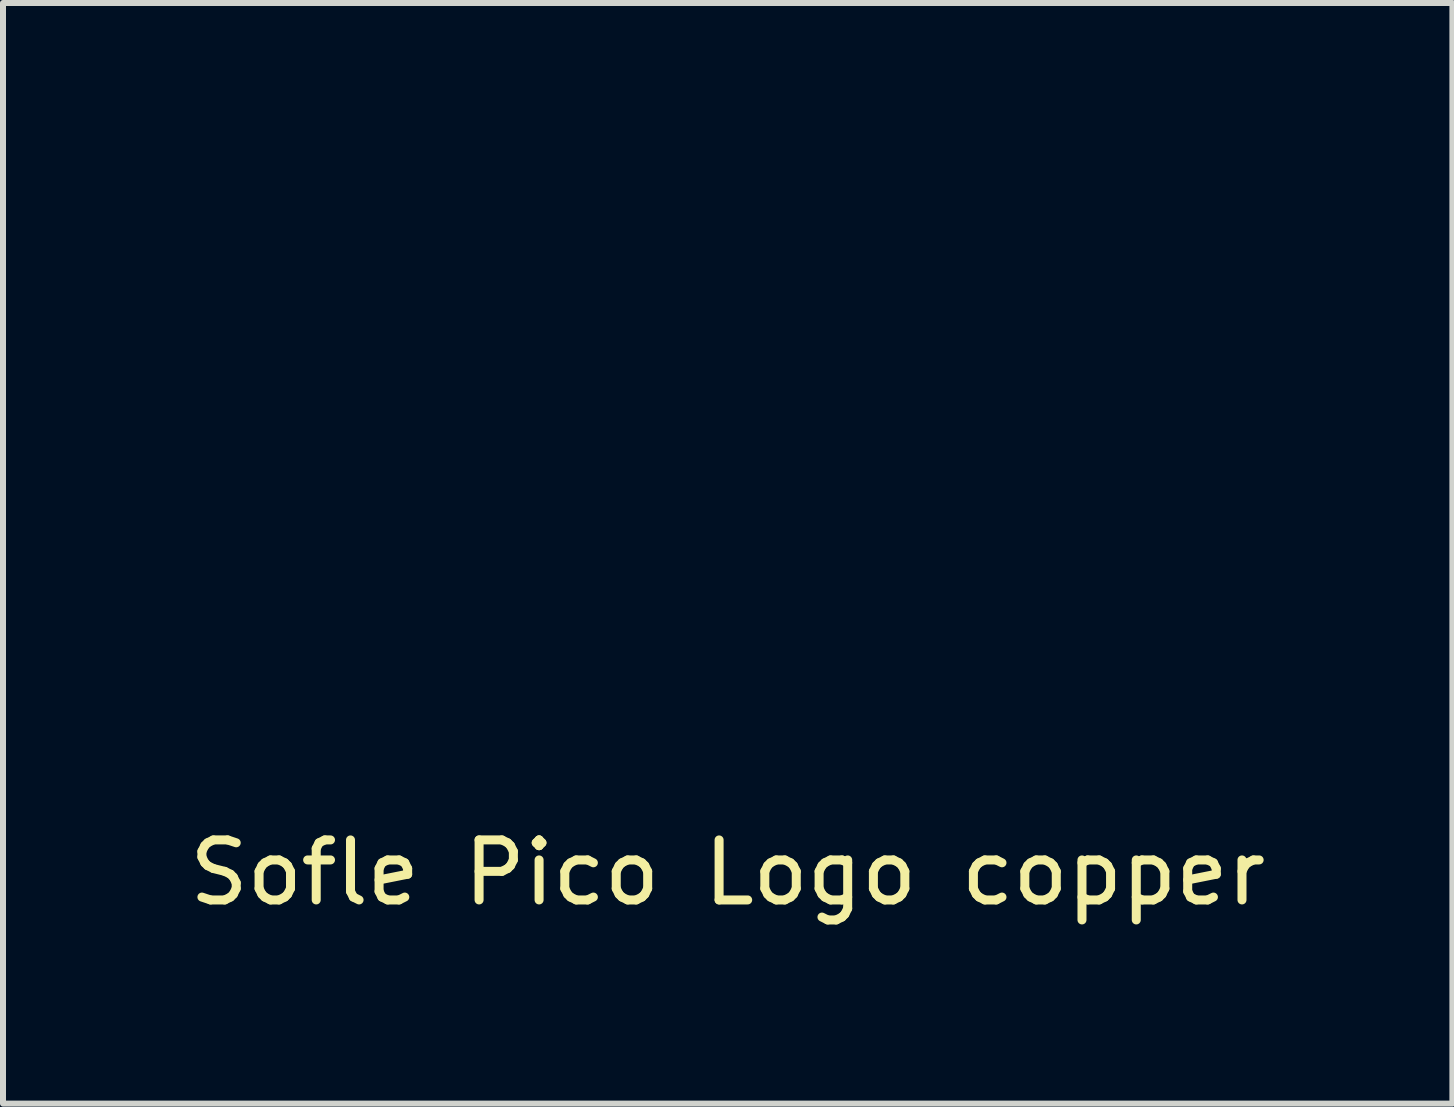
<source format=kicad_pcb>
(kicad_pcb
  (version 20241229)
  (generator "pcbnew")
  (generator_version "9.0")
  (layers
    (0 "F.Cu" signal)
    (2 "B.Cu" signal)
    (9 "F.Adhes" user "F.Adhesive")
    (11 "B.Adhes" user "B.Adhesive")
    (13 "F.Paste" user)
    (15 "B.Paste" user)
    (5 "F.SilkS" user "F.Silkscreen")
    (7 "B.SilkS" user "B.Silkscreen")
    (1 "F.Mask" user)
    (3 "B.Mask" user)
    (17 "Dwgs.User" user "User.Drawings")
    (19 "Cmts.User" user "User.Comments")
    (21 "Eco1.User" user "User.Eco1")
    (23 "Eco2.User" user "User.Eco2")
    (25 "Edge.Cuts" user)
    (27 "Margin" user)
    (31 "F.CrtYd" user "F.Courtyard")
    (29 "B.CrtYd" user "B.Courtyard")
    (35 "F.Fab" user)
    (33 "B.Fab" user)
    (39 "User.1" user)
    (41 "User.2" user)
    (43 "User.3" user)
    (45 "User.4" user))
  (footprint "Sofle Pico Logo copper"
    (layer "F.Cu")
    (at 9.007 4.533)
    (property "Reference" "Sofle Pico Logo copper" (at 0.07 6.96 0) (unlocked yes) (layer "F.SilkS") (effects (font (size 1 1) (thickness 0.15))))
    (fp_poly (pts (xy -3.387 -4.521) (xy -3.347 -4.52) (xy -3.307 -4.517) (xy -3.267 -4.514) (xy -3.228 -4.509) (xy -3.188 -4.504) (xy -3.148 -4.497) (xy -3.108 -4.49) (xy -3.069 -4.481) (xy -3.03 -4.472) (xy -2.991 -4.461) (xy -2.952 -4.449) (xy -2.914 -4.437) (xy -2.876 -4.423) (xy -2.839 -4.408) (xy -2.758 -4.411) (xy -2.676 -4.409) (xy -2.594 -4.401) (xy -2.512 -4.387) (xy -2.43 -4.368) (xy -2.348 -4.344) (xy -2.267 -4.315) (xy -2.188 -4.28) (xy -2.109 -4.241) (xy -2.032 -4.197) (xy -1.957 -4.148) (xy -1.885 -4.095) (xy -1.814 -4.038) (xy -1.747 -3.976) (xy -1.682 -3.91) (xy -1.621 -3.84) (xy -1.564 -3.766) (xy -1.51 -3.689) (xy -1.461 -3.608) (xy -1.416 -3.523) (xy -1.376 -3.435) (xy -1.341 -3.344) (xy -1.312 -3.25) (xy -1.288 -3.153) (xy -1.27 -3.053) (xy -1.259 -2.95) (xy -1.254 -2.845) (xy -1.255 -2.737) (xy -1.264 -2.627) (xy -1.281 -2.515) (xy -1.305 -2.4) (xy -1.337 -2.284) (xy -1.355 -2.238) (xy -1.375 -2.194) (xy -1.398 -2.15) (xy -1.422 -2.107) (xy -1.448 -2.066) (xy -1.476 -2.026) (xy -1.506 -1.987) (xy -1.538 -1.95) (xy -1.571 -1.914) (xy -1.606 -1.879) (xy -1.642 -1.846) (xy -1.68 -1.814) (xy -1.719 -1.784) (xy -1.759 -1.756) (xy -1.8 -1.729) (xy -1.842 -1.704) (xy -1.891 -1.63) (xy -1.94 -1.558) (xy -1.992 -1.49) (xy -2.044 -1.424) (xy -2.098 -1.36) (xy -2.155 -1.299) (xy -2.213 -1.241) (xy -2.275 -1.185) (xy -2.339 -1.131) (xy -2.405 -1.079) (xy -2.476 -1.03) (xy -2.55 -0.982) (xy -2.627 -0.937) (xy -2.709 -0.893) (xy -2.795 -0.851) (xy -2.885 -0.811) (xy -2.963 -0.791) (xy -3.053 -0.774) (xy -3.153 -0.762) (xy -3.261 -0.756) (xy -3.375 -0.754) (xy -3.494 -0.759) (xy -3.615 -0.771) (xy -3.736 -0.789) (xy -3.855 -0.815) (xy -3.97 -0.848) (xy -4.026 -0.869) (xy -4.08 -0.891) (xy -4.133 -0.915) (xy -4.183 -0.942) (xy -4.23 -0.971) (xy -4.275 -1.002) (xy -4.317 -1.036) (xy -4.356 -1.072) (xy -4.392 -1.111) (xy -4.424 -1.153) (xy -4.452 -1.197) (xy -4.476 -1.244) (xy -4.551 -1.273) (xy -4.597 -1.291) (xy -4.648 -1.314) (xy -4.702 -1.341) (xy -4.759 -1.374) (xy -4.818 -1.411) (xy -4.878 -1.455) (xy -4.937 -1.505) (xy -4.996 -1.562) (xy -5.025 -1.594) (xy -5.053 -1.627) (xy -5.081 -1.662) (xy -5.108 -1.7) (xy -5.133 -1.739) (xy -5.158 -1.781) (xy -5.182 -1.825) (xy -5.204 -1.872) (xy -5.225 -1.921) (xy -5.245 -1.972) (xy -5.263 -2.026) (xy -5.28 -2.083) (xy -5.316 -2.118) (xy -5.351 -2.157) (xy -5.384 -2.198) (xy -5.414 -2.242) (xy -5.442 -2.287) (xy -5.467 -2.335) (xy -5.491 -2.383) (xy -5.511 -2.433) (xy -5.53 -2.484) (xy -5.545 -2.536) (xy -5.559 -2.587) (xy -5.57 -2.639) (xy -5.578 -2.69) (xy -5.584 -2.74) (xy -5.587 -2.79) (xy -5.587 -2.838) (xy -5.607 -2.866) (xy -5.626 -2.895) (xy -5.644 -2.926) (xy -5.661 -2.957) (xy -5.677 -2.989) (xy -5.692 -3.023) (xy -5.706 -3.056) (xy -5.719 -3.091) (xy -5.744 -3.16) (xy -5.766 -3.23) (xy -5.786 -3.3) (xy -5.804 -3.367) (xy -5.812 -3.406) (xy -5.82 -3.445) (xy -5.827 -3.484) (xy -5.833 -3.524) (xy -5.838 -3.563) (xy -5.839 -3.583) (xy -5.841 -3.603) (xy -5.842 -3.623) (xy -5.842 -3.636) (xy -5.378 -3.636) (xy -5.372 -3.575) (xy -5.363 -3.516) (xy -5.35 -3.46) (xy -5.333 -3.406) (xy -5.313 -3.355) (xy -5.29 -3.307) (xy -5.266 -3.261) (xy -5.239 -3.218) (xy -5.211 -3.177) (xy -5.182 -3.138) (xy -5.122 -3.067) (xy -5.063 -3.005) (xy -5.008 -2.951) (xy -4.96 -2.904) (xy -4.921 -2.865) (xy -4.907 -2.847) (xy -4.897 -2.832) (xy -4.89 -2.818) (xy -4.888 -2.805) (xy -4.892 -2.794) (xy -4.9 -2.784) (xy -4.914 -2.775) (xy -4.934 -2.768) (xy -4.961 -2.762) (xy -4.995 -2.757) (xy -5.085 -2.75) (xy -5.077 -2.696) (xy -5.063 -2.644) (xy -5.046 -2.595) (xy -5.024 -2.549) (xy -4.999 -2.505) (xy -4.971 -2.463) (xy -4.94 -2.424) (xy -4.907 -2.387) (xy -4.873 -2.352) (xy -4.838 -2.32) (xy -4.766 -2.261) (xy -4.695 -2.21) (xy -4.63 -2.167) (xy -4.531 -2.102) (xy -4.515 -2.089) (xy -4.505 -2.079) (xy -4.5 -2.07) (xy -4.5 -2.062) (xy -4.506 -2.055) (xy -4.52 -2.05) (xy -4.54 -2.047) (xy -4.568 -2.044) (xy -4.649 -2.042) (xy -4.766 -2.045) (xy -4.746 -2.007) (xy -4.721 -1.971) (xy -4.691 -1.937) (xy -4.657 -1.905) (xy -4.618 -1.875) (xy -4.577 -1.846) (xy -4.533 -1.82) (xy -4.486 -1.795) (xy -4.389 -1.749) (xy -4.289 -1.708) (xy -4.098 -1.638) (xy -4.016 -1.607) (xy -3.947 -1.578) (xy -3.919 -1.564) (xy -3.897 -1.55) (xy -3.88 -1.536) (xy -3.869 -1.522) (xy -3.865 -1.508) (xy -3.868 -1.493) (xy -3.878 -1.478) (xy -3.897 -1.462) (xy -3.925 -1.446) (xy -3.962 -1.43) (xy -4.009 -1.412) (xy -4.066 -1.393) (xy -3.978 -1.348) (xy -3.884 -1.306) (xy -3.785 -1.268) (xy -3.68 -1.237) (xy -3.57 -1.214) (xy -3.457 -1.201) (xy -3.399 -1.198) (xy -3.34 -1.198) (xy -3.281 -1.201) (xy -3.222 -1.207) (xy -3.162 -1.217) (xy -3.101 -1.23) (xy -3.041 -1.248) (xy -2.98 -1.269) (xy -2.919 -1.294) (xy -2.858 -1.323) (xy -2.797 -1.357) (xy -2.736 -1.396) (xy -2.676 -1.44) (xy -2.616 -1.489) (xy -2.557 -1.543) (xy -2.498 -1.602) (xy -2.439 -1.667) (xy -2.382 -1.738) (xy -2.325 -1.814) (xy -2.269 -1.897) (xy -2.337 -1.97) (xy -2.412 -2.044) (xy -2.495 -2.119) (xy -2.585 -2.196) (xy -2.682 -2.275) (xy -2.788 -2.356) (xy -3.024 -2.524) (xy -3.296 -2.699) (xy -3.604 -2.883) (xy -3.951 -3.076) (xy -4.338 -3.279) (xy -4.18 -3.225) (xy -4.024 -3.169) (xy -3.87 -3.11) (xy -3.718 -3.049) (xy -3.569 -2.985) (xy -3.422 -2.918) (xy -3.277 -2.849) (xy -3.134 -2.778) (xy -2.994 -2.703) (xy -2.857 -2.626) (xy -2.722 -2.545) (xy -2.59 -2.462) (xy -2.461 -2.375) (xy -2.334 -2.285) (xy -2.211 -2.193) (xy -2.09 -2.096) (xy -2.025 -2.134) (xy -1.967 -2.176) (xy -1.915 -2.223) (xy -1.87 -2.273) (xy -1.831 -2.327) (xy -1.798 -2.384) (xy -1.771 -2.444) (xy -1.75 -2.506) (xy -1.735 -2.57) (xy -1.725 -2.636) (xy -1.72 -2.704) (xy -1.721 -2.773) (xy -1.728 -2.843) (xy -1.739 -2.913) (xy -1.755 -2.983) (xy -1.776 -3.054) (xy -1.802 -3.123) (xy -1.832 -3.193) (xy -1.867 -3.26) (xy -1.905 -3.327) (xy -1.949 -3.392) (xy -1.996 -3.454) (xy -2.046 -3.515) (xy -2.101 -3.572) (xy -2.159 -3.627) (xy -2.221 -3.678) (xy -2.286 -3.725) (xy -2.355 -3.768) (xy -2.426 -3.807) (xy -2.5 -3.842) (xy -2.578 -3.871) (xy -2.658 -3.894) (xy -2.654 -3.851) (xy -2.652 -3.814) (xy -2.653 -3.784) (xy -2.657 -3.759) (xy -2.663 -3.741) (xy -2.672 -3.728) (xy -2.682 -3.72) (xy -2.695 -3.717) (xy -2.71 -3.718) (xy -2.727 -3.723) (xy -2.746 -3.732) (xy -2.766 -3.744) (xy -2.812 -3.776) (xy -2.864 -3.816) (xy -2.984 -3.912) (xy -3.05 -3.961) (xy -3.119 -4.007) (xy -3.154 -4.028) (xy -3.191 -4.047) (xy -3.227 -4.064) (xy -3.264 -4.078) (xy -3.301 -4.089) (xy -3.339 -4.097) (xy -3.376 -4.102) (xy -3.414 -4.102) (xy -3.424 -4.102) (xy -3.434 -4.101) (xy -3.444 -4.099) (xy -3.454 -4.098) (xy -3.464 -4.096) (xy -3.474 -4.093) (xy -3.484 -4.091) (xy -3.494 -4.088) (xy -3.459 -4.003) (xy -3.449 -3.97) (xy -3.443 -3.943) (xy -3.442 -3.92) (xy -3.444 -3.903) (xy -3.451 -3.89) (xy -3.461 -3.881) (xy -3.475 -3.876) (xy -3.493 -3.875) (xy -3.514 -3.877) (xy -3.537 -3.881) (xy -3.593 -3.897) (xy -3.66 -3.919) (xy -3.817 -3.973) (xy -3.905 -3.999) (xy -3.997 -4.021) (xy -4.045 -4.029) (xy -4.093 -4.035) (xy -4.142 -4.038) (xy -4.19 -4.038) (xy -4.239 -4.035) (xy -4.288 -4.029) (xy -4.336 -4.018) (xy -4.384 -4.004) (xy -4.322 -3.932) (xy -4.284 -3.881) (xy -4.274 -3.862) (xy -4.27 -3.846) (xy -4.27 -3.835) (xy -4.276 -3.827) (xy -4.287 -3.821) (xy -4.303 -3.819) (xy -4.347 -3.819) (xy -4.482 -3.833) (xy -4.569 -3.841) (xy -4.666 -3.845) (xy -4.773 -3.843) (xy -4.887 -3.832) (xy -4.946 -3.822) (xy -5.006 -3.809) (xy -5.067 -3.792) (xy -5.129 -3.771) (xy -5.191 -3.745) (xy -5.253 -3.714) (xy -5.316 -3.678) (xy -5.378 -3.636) (xy -5.842 -3.636) (xy -5.842 -3.643) (xy -5.842 -3.663) (xy -5.841 -3.683) (xy -5.84 -3.703) (xy -5.838 -3.723) (xy -5.834 -3.743) (xy -5.83 -3.763) (xy -5.825 -3.783) (xy -5.819 -3.802) (xy -5.811 -3.821) (xy -5.803 -3.839) (xy -5.794 -3.857) (xy -5.784 -3.875) (xy -5.773 -3.892) (xy -5.761 -3.909) (xy -5.749 -3.924) (xy -5.735 -3.94) (xy -5.721 -3.954) (xy -5.706 -3.968) (xy -5.663 -4.001) (xy -5.618 -4.033) (xy -5.573 -4.063) (xy -5.526 -4.092) (xy -5.478 -4.119) (xy -5.429 -4.144) (xy -5.38 -4.167) (xy -5.33 -4.188) (xy -5.279 -4.208) (xy -5.227 -4.226) (xy -5.175 -4.242) (xy -5.122 -4.257) (xy -5.068 -4.269) (xy -5.015 -4.28) (xy -4.961 -4.289) (xy -4.907 -4.296) (xy -4.885 -4.31) (xy -4.863 -4.323) (xy -4.84 -4.334) (xy -4.818 -4.345) (xy -4.794 -4.355) (xy -4.771 -4.364) (xy -4.722 -4.38) (xy -4.622 -4.411) (xy -4.57 -4.428) (xy -4.544 -4.437) (xy -4.518 -4.447) (xy -4.479 -4.458) (xy -4.439 -4.468) (xy -4.397 -4.478) (xy -4.354 -4.485) (xy -4.31 -4.492) (xy -4.265 -4.497) (xy -4.219 -4.501) (xy -4.173 -4.504) (xy -4.128 -4.506) (xy -4.082 -4.506) (xy -4.037 -4.504) (xy -3.992 -4.502) (xy -3.949 -4.497) (xy -3.906 -4.492) (xy -3.865 -4.485) (xy -3.826 -4.476) (xy -3.783 -4.486) (xy -3.74 -4.495) (xy -3.696 -4.502) (xy -3.651 -4.508) (xy -3.606 -4.514) (xy -3.56 -4.518) (xy -3.513 -4.52) (xy -3.466 -4.522) (xy -3.427 -4.522)) (stroke (width 0.023) (type solid)) (fill yes) (layer "F.Mask"))
    (fp_poly (pts (xy 3.466 -4.522) (xy 3.513 -4.52) (xy 3.56 -4.518) (xy 3.606 -4.514) (xy 3.651 -4.508) (xy 3.696 -4.502) (xy 3.74 -4.495) (xy 3.783 -4.486) (xy 3.826 -4.476) (xy 3.865 -4.485) (xy 3.906 -4.492) (xy 3.949 -4.497) (xy 3.992 -4.502) (xy 4.037 -4.504) (xy 4.082 -4.506) (xy 4.128 -4.506) (xy 4.173 -4.504) (xy 4.219 -4.501) (xy 4.265 -4.497) (xy 4.31 -4.492) (xy 4.354 -4.485) (xy 4.397 -4.478) (xy 4.439 -4.468) (xy 4.479 -4.458) (xy 4.518 -4.447) (xy 4.544 -4.437) (xy 4.57 -4.428) (xy 4.622 -4.411) (xy 4.722 -4.38) (xy 4.771 -4.364) (xy 4.794 -4.355) (xy 4.818 -4.345) (xy 4.84 -4.334) (xy 4.863 -4.323) (xy 4.885 -4.31) (xy 4.907 -4.296) (xy 4.961 -4.289) (xy 5.015 -4.28) (xy 5.068 -4.269) (xy 5.122 -4.257) (xy 5.175 -4.242) (xy 5.227 -4.226) (xy 5.279 -4.208) (xy 5.33 -4.188) (xy 5.38 -4.167) (xy 5.429 -4.144) (xy 5.478 -4.119) (xy 5.526 -4.092) (xy 5.573 -4.063) (xy 5.618 -4.033) (xy 5.663 -4.001) (xy 5.706 -3.968) (xy 5.721 -3.954) (xy 5.735 -3.94) (xy 5.749 -3.924) (xy 5.761 -3.909) (xy 5.773 -3.892) (xy 5.784 -3.875) (xy 5.794 -3.857) (xy 5.803 -3.839) (xy 5.811 -3.821) (xy 5.819 -3.802) (xy 5.825 -3.783) (xy 5.83 -3.763) (xy 5.834 -3.743) (xy 5.838 -3.723) (xy 5.84 -3.703) (xy 5.841 -3.683) (xy 5.842 -3.663) (xy 5.842 -3.643) (xy 5.842 -3.623) (xy 5.841 -3.603) (xy 5.839 -3.583) (xy 5.838 -3.563) (xy 5.833 -3.524) (xy 5.827 -3.484) (xy 5.82 -3.445) (xy 5.812 -3.406) (xy 5.804 -3.367) (xy 5.786 -3.3) (xy 5.766 -3.23) (xy 5.744 -3.16) (xy 5.719 -3.091) (xy 5.706 -3.056) (xy 5.692 -3.023) (xy 5.677 -2.989) (xy 5.661 -2.957) (xy 5.644 -2.926) (xy 5.626 -2.895) (xy 5.607 -2.866) (xy 5.587 -2.838) (xy 5.587 -2.79) (xy 5.584 -2.74) (xy 5.578 -2.69) (xy 5.57 -2.639) (xy 5.559 -2.587) (xy 5.545 -2.536) (xy 5.53 -2.484) (xy 5.511 -2.433) (xy 5.491 -2.383) (xy 5.467 -2.335) (xy 5.442 -2.287) (xy 5.414 -2.242) (xy 5.384 -2.198) (xy 5.351 -2.157) (xy 5.316 -2.118) (xy 5.28 -2.083) (xy 5.263 -2.026) (xy 5.245 -1.972) (xy 5.225 -1.921) (xy 5.204 -1.872) (xy 5.182 -1.825) (xy 5.158 -1.781) (xy 5.133 -1.739) (xy 5.108 -1.7) (xy 5.081 -1.662) (xy 5.053 -1.627) (xy 5.025 -1.594) (xy 4.996 -1.562) (xy 4.937 -1.505) (xy 4.878 -1.455) (xy 4.818 -1.411) (xy 4.759 -1.374) (xy 4.702 -1.341) (xy 4.648 -1.314) (xy 4.597 -1.291) (xy 4.551 -1.273) (xy 4.476 -1.244) (xy 4.452 -1.197) (xy 4.424 -1.153) (xy 4.392 -1.111) (xy 4.356 -1.072) (xy 4.317 -1.036) (xy 4.275 -1.002) (xy 4.23 -0.971) (xy 4.183 -0.942) (xy 4.133 -0.915) (xy 4.08 -0.891) (xy 4.026 -0.869) (xy 3.97 -0.848) (xy 3.855 -0.815) (xy 3.736 -0.789) (xy 3.615 -0.771) (xy 3.494 -0.759) (xy 3.375 -0.754) (xy 3.261 -0.756) (xy 3.153 -0.762) (xy 3.053 -0.774) (xy 2.963 -0.791) (xy 2.885 -0.811) (xy 2.795 -0.851) (xy 2.709 -0.893) (xy 2.627 -0.937) (xy 2.55 -0.982) (xy 2.476 -1.03) (xy 2.405 -1.079) (xy 2.339 -1.131) (xy 2.275 -1.185) (xy 2.213 -1.241) (xy 2.155 -1.299) (xy 2.098 -1.36) (xy 2.044 -1.424) (xy 1.992 -1.49) (xy 1.94 -1.558) (xy 1.891 -1.63) (xy 1.842 -1.704) (xy 1.8 -1.729) (xy 1.759 -1.756) (xy 1.719 -1.784) (xy 1.68 -1.814) (xy 1.642 -1.846) (xy 1.606 -1.879) (xy 1.571 -1.914) (xy 1.538 -1.95) (xy 1.506 -1.987) (xy 1.476 -2.026) (xy 1.448 -2.066) (xy 1.422 -2.107) (xy 1.398 -2.15) (xy 1.375 -2.194) (xy 1.355 -2.238) (xy 1.337 -2.284) (xy 1.305 -2.4) (xy 1.281 -2.515) (xy 1.264 -2.627) (xy 1.258 -2.704) (xy 1.72 -2.704) (xy 1.725 -2.636) (xy 1.735 -2.57) (xy 1.75 -2.506) (xy 1.771 -2.444) (xy 1.798 -2.384) (xy 1.831 -2.327) (xy 1.87 -2.273) (xy 1.915 -2.223) (xy 1.967 -2.176) (xy 2.025 -2.134) (xy 2.09 -2.096) (xy 2.211 -2.193) (xy 2.334 -2.285) (xy 2.461 -2.375) (xy 2.59 -2.462) (xy 2.722 -2.545) (xy 2.857 -2.626) (xy 2.994 -2.703) (xy 3.134 -2.778) (xy 3.277 -2.849) (xy 3.422 -2.918) (xy 3.569 -2.985) (xy 3.718 -3.049) (xy 3.87 -3.11) (xy 4.024 -3.169) (xy 4.18 -3.225) (xy 4.338 -3.279) (xy 3.951 -3.076) (xy 3.604 -2.883) (xy 3.296 -2.699) (xy 3.024 -2.524) (xy 2.788 -2.356) (xy 2.682 -2.275) (xy 2.585 -2.196) (xy 2.495 -2.119) (xy 2.412 -2.044) (xy 2.337 -1.97) (xy 2.269 -1.897) (xy 2.325 -1.814) (xy 2.382 -1.738) (xy 2.439 -1.667) (xy 2.498 -1.602) (xy 2.557 -1.543) (xy 2.616 -1.489) (xy 2.676 -1.44) (xy 2.736 -1.396) (xy 2.797 -1.357) (xy 2.858 -1.323) (xy 2.919 -1.294) (xy 2.98 -1.269) (xy 3.041 -1.248) (xy 3.101 -1.23) (xy 3.162 -1.217) (xy 3.222 -1.207) (xy 3.281 -1.201) (xy 3.34 -1.198) (xy 3.399 -1.198) (xy 3.457 -1.201) (xy 3.57 -1.214) (xy 3.68 -1.237) (xy 3.785 -1.268) (xy 3.884 -1.306) (xy 3.978 -1.348) (xy 4.066 -1.393) (xy 4.009 -1.412) (xy 3.962 -1.43) (xy 3.925 -1.446) (xy 3.897 -1.462) (xy 3.878 -1.478) (xy 3.868 -1.493) (xy 3.865 -1.508) (xy 3.869 -1.522) (xy 3.88 -1.536) (xy 3.897 -1.55) (xy 3.919 -1.564) (xy 3.947 -1.578) (xy 4.016 -1.607) (xy 4.098 -1.638) (xy 4.289 -1.708) (xy 4.389 -1.749) (xy 4.486 -1.795) (xy 4.533 -1.82) (xy 4.577 -1.846) (xy 4.618 -1.875) (xy 4.657 -1.905) (xy 4.691 -1.937) (xy 4.721 -1.971) (xy 4.746 -2.007) (xy 4.766 -2.045) (xy 4.649 -2.042) (xy 4.568 -2.044) (xy 4.54 -2.047) (xy 4.52 -2.05) (xy 4.506 -2.055) (xy 4.5 -2.062) (xy 4.5 -2.07) (xy 4.505 -2.079) (xy 4.515 -2.089) (xy 4.531 -2.102) (xy 4.63 -2.167) (xy 4.695 -2.21) (xy 4.766 -2.261) (xy 4.838 -2.32) (xy 4.873 -2.352) (xy 4.907 -2.387) (xy 4.94 -2.424) (xy 4.971 -2.463) (xy 4.999 -2.505) (xy 5.024 -2.549) (xy 5.046 -2.595) (xy 5.063 -2.644) (xy 5.077 -2.696) (xy 5.085 -2.75) (xy 4.995 -2.757) (xy 4.961 -2.762) (xy 4.934 -2.768) (xy 4.914 -2.775) (xy 4.9 -2.784) (xy 4.892 -2.794) (xy 4.888 -2.805) (xy 4.89 -2.818) (xy 4.897 -2.832) (xy 4.907 -2.847) (xy 4.921 -2.865) (xy 4.96 -2.904) (xy 5.008 -2.951) (xy 5.063 -3.005) (xy 5.122 -3.067) (xy 5.182 -3.138) (xy 5.211 -3.177) (xy 5.239 -3.218) (xy 5.266 -3.261) (xy 5.29 -3.307) (xy 5.313 -3.355) (xy 5.333 -3.406) (xy 5.35 -3.46) (xy 5.363 -3.516) (xy 5.372 -3.575) (xy 5.378 -3.636) (xy 5.316 -3.678) (xy 5.253 -3.714) (xy 5.191 -3.745) (xy 5.129 -3.771) (xy 5.067 -3.792) (xy 5.006 -3.809) (xy 4.946 -3.822) (xy 4.887 -3.832) (xy 4.773 -3.843) (xy 4.666 -3.845) (xy 4.569 -3.841) (xy 4.482 -3.833) (xy 4.347 -3.819) (xy 4.303 -3.819) (xy 4.287 -3.821) (xy 4.276 -3.827) (xy 4.27 -3.835) (xy 4.27 -3.846) (xy 4.274 -3.862) (xy 4.284 -3.881) (xy 4.322 -3.932) (xy 4.384 -4.004) (xy 4.336 -4.018) (xy 4.288 -4.029) (xy 4.239 -4.035) (xy 4.19 -4.038) (xy 4.142 -4.038) (xy 4.093 -4.035) (xy 4.045 -4.029) (xy 3.997 -4.021) (xy 3.905 -3.999) (xy 3.817 -3.973) (xy 3.66 -3.919) (xy 3.593 -3.897) (xy 3.537 -3.881) (xy 3.514 -3.877) (xy 3.493 -3.875) (xy 3.475 -3.876) (xy 3.461 -3.881) (xy 3.451 -3.89) (xy 3.444 -3.903) (xy 3.442 -3.92) (xy 3.443 -3.943) (xy 3.449 -3.97) (xy 3.459 -4.003) (xy 3.494 -4.088) (xy 3.484 -4.091) (xy 3.474 -4.093) (xy 3.464 -4.096) (xy 3.454 -4.098) (xy 3.444 -4.099) (xy 3.434 -4.101) (xy 3.424 -4.102) (xy 3.414 -4.102) (xy 3.376 -4.102) (xy 3.339 -4.097) (xy 3.301 -4.089) (xy 3.264 -4.078) (xy 3.227 -4.064) (xy 3.191 -4.047) (xy 3.154 -4.028) (xy 3.119 -4.007) (xy 3.05 -3.961) (xy 2.984 -3.912) (xy 2.864 -3.816) (xy 2.812 -3.776) (xy 2.766 -3.744) (xy 2.746 -3.732) (xy 2.727 -3.723) (xy 2.71 -3.718) (xy 2.695 -3.717) (xy 2.682 -3.72) (xy 2.672 -3.728) (xy 2.663 -3.741) (xy 2.657 -3.759) (xy 2.653 -3.784) (xy 2.652 -3.814) (xy 2.654 -3.851) (xy 2.658 -3.894) (xy 2.578 -3.871) (xy 2.5 -3.842) (xy 2.426 -3.807) (xy 2.355 -3.768) (xy 2.286 -3.725) (xy 2.221 -3.678) (xy 2.159 -3.627) (xy 2.101 -3.572) (xy 2.046 -3.515) (xy 1.996 -3.454) (xy 1.949 -3.392) (xy 1.905 -3.327) (xy 1.867 -3.26) (xy 1.832 -3.193) (xy 1.802 -3.123) (xy 1.776 -3.054) (xy 1.755 -2.983) (xy 1.739 -2.913) (xy 1.728 -2.843) (xy 1.721 -2.773) (xy 1.72 -2.704) (xy 1.258 -2.704) (xy 1.255 -2.737) (xy 1.254 -2.845) (xy 1.259 -2.95) (xy 1.27 -3.053) (xy 1.288 -3.153) (xy 1.312 -3.25) (xy 1.341 -3.344) (xy 1.376 -3.435) (xy 1.416 -3.523) (xy 1.461 -3.608) (xy 1.51 -3.689) (xy 1.564 -3.766) (xy 1.621 -3.84) (xy 1.682 -3.91) (xy 1.747 -3.976) (xy 1.814 -4.038) (xy 1.885 -4.095) (xy 1.957 -4.148) (xy 2.032 -4.197) (xy 2.109 -4.241) (xy 2.188 -4.28) (xy 2.267 -4.315) (xy 2.348 -4.344) (xy 2.43 -4.368) (xy 2.512 -4.387) (xy 2.594 -4.401) (xy 2.676 -4.409) (xy 2.758 -4.411) (xy 2.839 -4.408) (xy 2.876 -4.423) (xy 2.914 -4.437) (xy 2.952 -4.449) (xy 2.991 -4.461) (xy 3.03 -4.472) (xy 3.069 -4.481) (xy 3.108 -4.49) (xy 3.148 -4.497) (xy 3.188 -4.504) (xy 3.228 -4.509) (xy 3.267 -4.514) (xy 3.307 -4.517) (xy 3.347 -4.52) (xy 3.387 -4.521) (xy 3.427 -4.522)) (stroke (width 0.023) (type solid)) (fill yes) (layer "F.Mask"))
    (fp_poly (pts (xy -0.047 -2.071) (xy 0.18 -2.055) (xy 0.396 -2.029) (xy 0.601 -1.993) (xy 0.7 -1.97) (xy 0.797 -1.945) (xy 0.891 -1.917) (xy 0.983 -1.886) (xy 1.072 -1.853) (xy 1.16 -1.816) (xy 1.245 -1.777) (xy 1.329 -1.734) (xy 1.411 -1.688) (xy 1.491 -1.64) (xy 1.569 -1.588) (xy 1.646 -1.532) (xy 1.721 -1.474) (xy 1.795 -1.412) (xy 1.867 -1.347) (xy 1.938 -1.279) (xy 2.077 -1.131) (xy 2.212 -0.97) (xy 2.343 -0.794) (xy 2.471 -0.604) (xy 2.598 -0.398) (xy 2.712 -0.282) (xy 2.821 -0.16) (xy 2.924 -0.034) (xy 3.019 0.098) (xy 3.107 0.235) (xy 3.186 0.376) (xy 3.258 0.522) (xy 3.32 0.672) (xy 3.373 0.826) (xy 3.416 0.984) (xy 3.448 1.146) (xy 3.47 1.311) (xy 3.48 1.479) (xy 3.479 1.651) (xy 3.465 1.825) (xy 3.439 2.003) (xy 3.421 2.09) (xy 3.4 2.174) (xy 3.376 2.255) (xy 3.349 2.333) (xy 3.32 2.408) (xy 3.289 2.48) (xy 3.256 2.548) (xy 3.22 2.614) (xy 3.184 2.677) (xy 3.145 2.737) (xy 3.106 2.794) (xy 3.065 2.849) (xy 3.023 2.901) (xy 2.981 2.95) (xy 2.938 2.997) (xy 2.894 3.041) (xy 2.807 3.122) (xy 2.721 3.194) (xy 2.636 3.256) (xy 2.556 3.311) (xy 2.481 3.358) (xy 2.412 3.397) (xy 2.302 3.454) (xy 2.249 3.527) (xy 2.194 3.597) (xy 2.079 3.729) (xy 1.957 3.849) (xy 1.828 3.959) (xy 1.693 4.058) (xy 1.554 4.146) (xy 1.41 4.225) (xy 1.264 4.294) (xy 1.114 4.354) (xy 0.963 4.404) (xy 0.811 4.446) (xy 0.658 4.479) (xy 0.506 4.504) (xy 0.355 4.521) (xy 0.206 4.531) (xy 0.06 4.533) (xy -0.094 4.53) (xy -0.251 4.52) (xy -0.411 4.502) (xy -0.572 4.476) (xy -0.733 4.442) (xy -0.895 4.4) (xy -1.055 4.349) (xy -1.213 4.29) (xy -1.369 4.22) (xy -1.521 4.142) (xy -1.669 4.053) (xy -1.812 3.954) (xy -1.949 3.844) (xy -2.015 3.785) (xy -2.079 3.724) (xy -2.141 3.659) (xy -2.201 3.592) (xy -2.259 3.522) (xy -2.315 3.449) (xy -2.433 3.391) (xy -2.506 3.352) (xy -2.586 3.306) (xy -2.671 3.251) (xy -2.761 3.188) (xy -2.852 3.117) (xy -2.937 3.043) (xy -1.726 3.043) (xy -1.723 3.095) (xy -1.715 3.147) (xy -1.701 3.199) (xy -1.683 3.25) (xy -1.66 3.302) (xy -1.632 3.353) (xy -1.599 3.403) (xy -1.563 3.453) (xy -1.478 3.55) (xy -1.379 3.644) (xy -1.268 3.733) (xy -1.145 3.816) (xy -1.014 3.893) (xy -0.875 3.962) (xy -0.73 4.022) (xy -0.582 4.074) (xy -0.431 4.115) (xy -0.279 4.145) (xy -0.128 4.162) (xy 0.02 4.167) (xy 0.102 4.167) (xy 0.184 4.163) (xy 0.265 4.156) (xy 0.346 4.145) (xy 0.426 4.13) (xy 0.505 4.113) (xy 0.583 4.093) (xy 0.659 4.069) (xy 0.735 4.044) (xy 0.808 4.016) (xy 0.88 3.985) (xy 0.951 3.953) (xy 1.019 3.918) (xy 1.085 3.882) (xy 1.149 3.845) (xy 1.211 3.806) (xy 1.27 3.766) (xy 1.326 3.724) (xy 1.379 3.682) (xy 1.429 3.64) (xy 1.477 3.596) (xy 1.52 3.553) (xy 1.561 3.509) (xy 1.598 3.466) (xy 1.631 3.422) (xy 1.66 3.379) (xy 1.685 3.337) (xy 1.705 3.295) (xy 1.722 3.254) (xy 1.734 3.214) (xy 1.741 3.176) (xy 1.743 3.139) (xy 1.742 3.095) (xy 1.736 3.051) (xy 1.726 3.007) (xy 1.713 2.963) (xy 1.695 2.92) (xy 1.674 2.877) (xy 1.62 2.792) (xy 1.552 2.71) (xy 1.47 2.631) (xy 1.375 2.557) (xy 1.268 2.486) (xy 1.148 2.422) (xy 1.016 2.363) (xy 0.873 2.311) (xy 0.72 2.266) (xy 0.556 2.23) (xy 0.383 2.202) (xy 0.201 2.184) (xy 0.01 2.176) (xy -0.088 2.177) (xy -0.183 2.18) (xy -0.277 2.185) (xy -0.368 2.192) (xy -0.456 2.201) (xy -0.542 2.213) (xy -0.626 2.226) (xy -0.707 2.241) (xy -0.785 2.258) (xy -0.861 2.277) (xy -0.933 2.298) (xy -1.003 2.32) (xy -1.07 2.344) (xy -1.134 2.37) (xy -1.195 2.397) (xy -1.253 2.426) (xy -1.308 2.456) (xy -1.36 2.488) (xy -1.409 2.521) (xy -1.454 2.555) (xy -1.496 2.59) (xy -1.535 2.627) (xy -1.57 2.664) (xy -1.602 2.703) (xy -1.63 2.743) (xy -1.655 2.783) (xy -1.676 2.825) (xy -1.694 2.867) (xy -1.707 2.91) (xy -1.717 2.954) (xy -1.724 2.998) (xy -1.726 3.043) (xy -2.937 3.043) (xy -2.945 3.036) (xy -3.037 2.945) (xy -3.126 2.844) (xy -3.212 2.732) (xy -3.253 2.672) (xy -3.292 2.609) (xy -3.329 2.543) (xy -3.365 2.475) (xy -3.398 2.403) (xy -3.429 2.328) (xy -3.457 2.25) (xy -3.482 2.169) (xy -3.505 2.085) (xy -3.524 1.997) (xy -3.54 1.909) (xy -3.553 1.822) (xy -3.564 1.737) (xy -3.567 1.702) (xy -3.198 1.702) (xy -3.194 1.799) (xy -3.189 1.848) (xy -3.181 1.899) (xy -3.17 1.95) (xy -3.157 2.002) (xy -3.141 2.054) (xy -3.122 2.108) (xy -3.1 2.161) (xy -3.075 2.215) (xy -3.045 2.261) (xy -3.014 2.304) (xy -2.983 2.345) (xy -2.95 2.383) (xy -2.917 2.419) (xy -2.884 2.453) (xy -2.85 2.485) (xy -2.816 2.514) (xy -2.782 2.541) (xy -2.747 2.566) (xy -2.712 2.589) (xy -2.677 2.61) (xy -2.642 2.629) (xy -2.606 2.645) (xy -2.571 2.66) (xy -2.536 2.673) (xy -2.502 2.683) (xy -2.467 2.692) (xy -2.433 2.699) (xy -2.4 2.704) (xy -2.366 2.707) (xy -2.334 2.709) (xy -2.302 2.708) (xy -2.27 2.706) (xy -2.24 2.702) (xy -2.21 2.697) (xy -2.181 2.69) (xy -2.153 2.681) (xy -2.126 2.67) (xy -2.101 2.659) (xy -2.076 2.645) (xy -2.052 2.63) (xy -2.029 2.607) (xy -2.007 2.581) (xy -1.985 2.551) (xy -1.966 2.518) (xy -1.93 2.443) (xy -1.9 2.358) (xy -1.876 2.263) (xy -1.858 2.162) (xy -1.846 2.054) (xy -1.84 1.943) (xy -1.841 1.874) (xy 1.739 1.874) (xy 1.745 1.985) (xy 1.757 2.093) (xy 1.775 2.194) (xy 1.799 2.289) (xy 1.829 2.374) (xy 1.846 2.413) (xy 1.865 2.449) (xy 1.884 2.482) (xy 1.905 2.512) (xy 1.928 2.539) (xy 1.951 2.561) (xy 1.975 2.576) (xy 1.999 2.59) (xy 2.025 2.602) (xy 2.052 2.612) (xy 2.08 2.621) (xy 2.109 2.628) (xy 2.139 2.633) (xy 2.169 2.637) (xy 2.201 2.639) (xy 2.233 2.64) (xy 2.265 2.638) (xy 2.298 2.635) (xy 2.332 2.63) (xy 2.366 2.623) (xy 2.401 2.614) (xy 2.435 2.604) (xy 2.47 2.591) (xy 2.505 2.576) (xy 2.54 2.56) (xy 2.576 2.541) (xy 2.611 2.52) (xy 2.646 2.497) (xy 2.68 2.472) (xy 2.715 2.445) (xy 2.749 2.416) (xy 2.783 2.384) (xy 2.816 2.351) (xy 2.849 2.314) (xy 2.881 2.276) (xy 2.913 2.235) (xy 2.944 2.192) (xy 2.974 2.147) (xy 2.999 2.092) (xy 3.022 2.038) (xy 3.041 1.984) (xy 3.058 1.931) (xy 3.073 1.877) (xy 3.085 1.825) (xy 3.095 1.772) (xy 3.102 1.721) (xy 3.108 1.67) (xy 3.111 1.619) (xy 3.112 1.57) (xy 3.111 1.521) (xy 3.108 1.473) (xy 3.103 1.426) (xy 3.097 1.38) (xy 3.089 1.335) (xy 3.079 1.292) (xy 3.068 1.249) (xy 3.056 1.208) (xy 3.042 1.168) (xy 3.027 1.129) (xy 3.011 1.092) (xy 2.993 1.057) (xy 2.975 1.023) (xy 2.956 0.991) (xy 2.936 0.96) (xy 2.915 0.931) (xy 2.894 0.904) (xy 2.872 0.879) (xy 2.849 0.856) (xy 2.826 0.835) (xy 2.803 0.816) (xy 2.783 0.8) (xy 2.762 0.786) (xy 2.742 0.771) (xy 2.721 0.758) (xy 2.701 0.745) (xy 2.68 0.734) (xy 2.66 0.723) (xy 2.639 0.713) (xy 2.618 0.704) (xy 2.597 0.696) (xy 2.576 0.689) (xy 2.555 0.683) (xy 2.534 0.679) (xy 2.512 0.675) (xy 2.49 0.673) (xy 2.469 0.672) (xy 2.469 0.672) (xy 2.44 0.674) (xy 2.411 0.677) (xy 2.382 0.683) (xy 2.352 0.691) (xy 2.322 0.703) (xy 2.292 0.717) (xy 2.261 0.733) (xy 2.229 0.753) (xy 2.197 0.776) (xy 2.164 0.803) (xy 2.13 0.832) (xy 2.096 0.865) (xy 2.061 0.902) (xy 2.026 0.942) (xy 1.99 0.986) (xy 1.952 1.034) (xy 1.925 1.075) (xy 1.899 1.118) (xy 1.875 1.164) (xy 1.853 1.212) (xy 1.833 1.262) (xy 1.816 1.314) (xy 1.786 1.421) (xy 1.763 1.532) (xy 1.748 1.646) (xy 1.74 1.76) (xy 1.739 1.874) (xy -1.841 1.874) (xy -1.841 1.829) (xy -1.849 1.715) (xy -1.864 1.601) (xy -1.887 1.49) (xy -1.917 1.383) (xy -1.954 1.281) (xy -1.976 1.233) (xy -2 1.187) (xy -2.026 1.144) (xy -2.054 1.102) (xy -2.087 1.06) (xy -2.12 1.021) (xy -2.153 0.986) (xy -2.186 0.955) (xy -2.219 0.926) (xy -2.251 0.901) (xy -2.283 0.879) (xy -2.315 0.859) (xy -2.347 0.843) (xy -2.378 0.829) (xy -2.409 0.818) (xy -2.439 0.809) (xy -2.469 0.803) (xy -2.499 0.799) (xy -2.528 0.796) (xy -2.557 0.796) (xy -2.557 0.796) (xy -2.571 0.797) (xy -2.585 0.798) (xy -2.598 0.8) (xy -2.612 0.802) (xy -2.639 0.807) (xy -2.665 0.813) (xy -2.69 0.821) (xy -2.715 0.831) (xy -2.739 0.841) (xy -2.763 0.853) (xy -2.785 0.865) (xy -2.807 0.878) (xy -2.828 0.892) (xy -2.848 0.906) (xy -2.867 0.921) (xy -2.885 0.936) (xy -2.902 0.952) (xy -2.918 0.967) (xy -2.951 1.002) (xy -2.984 1.044) (xy -3.019 1.093) (xy -3.053 1.15) (xy -3.086 1.212) (xy -3.116 1.281) (xy -3.143 1.356) (xy -3.166 1.435) (xy -3.183 1.52) (xy -3.194 1.609) (xy -3.198 1.702) (xy -3.567 1.702) (xy -3.571 1.653) (xy -3.576 1.571) (xy -3.578 1.491) (xy -3.578 1.412) (xy -3.574 1.334) (xy -3.568 1.257) (xy -3.56 1.182) (xy -3.548 1.108) (xy -3.534 1.035) (xy -3.518 0.964) (xy -3.498 0.894) (xy -3.477 0.824) (xy -3.452 0.756) (xy -3.426 0.689) (xy -3.397 0.623) (xy -3.365 0.558) (xy -3.331 0.493) (xy -3.255 0.367) (xy -3.17 0.244) (xy -3.125 0.186) (xy -1.893 0.186) (xy -1.889 0.277) (xy -1.879 0.365) (xy -1.864 0.452) (xy -1.843 0.536) (xy -1.818 0.619) (xy -1.788 0.699) (xy -1.753 0.777) (xy -1.713 0.853) (xy -1.669 0.926) (xy -1.621 0.996) (xy -1.569 1.064) (xy -1.513 1.129) (xy -1.453 1.191) (xy -1.389 1.25) (xy -1.323 1.307) (xy -1.253 1.36) (xy -1.179 1.41) (xy -1.103 1.457) (xy -1.025 1.5) (xy -0.943 1.54) (xy -0.859 1.577) (xy -0.773 1.61) (xy -0.685 1.64) (xy -0.595 1.665) (xy -0.503 1.687) (xy -0.409 1.705) (xy -0.314 1.719) (xy -0.218 1.729) (xy -0.12 1.735) (xy -0.022 1.736) (xy 0.076 1.733) (xy 0.173 1.725) (xy 0.267 1.712) (xy 0.36 1.694) (xy 0.45 1.672) (xy 0.538 1.646) (xy 0.625 1.616) (xy 0.709 1.581) (xy 0.79 1.543) (xy 0.869 1.501) (xy 0.945 1.456) (xy 1.019 1.407) (xy 1.09 1.356) (xy 1.158 1.301) (xy 1.223 1.244) (xy 1.285 1.184) (xy 1.344 1.122) (xy 1.4 1.057) (xy 1.452 0.991) (xy 1.501 0.922) (xy 1.546 0.852) (xy 1.588 0.78) (xy 1.626 0.707) (xy 1.661 0.633) (xy 1.691 0.557) (xy 1.717 0.481) (xy 1.74 0.404) (xy 1.758 0.326) (xy 1.772 0.248) (xy 1.782 0.17) (xy 1.787 0.092) (xy 1.787 0.014) (xy 1.783 -0.064) (xy 1.775 -0.14) (xy 1.762 -0.216) (xy 1.744 -0.291) (xy 1.722 -0.365) (xy 1.696 -0.438) (xy 1.667 -0.509) (xy 1.633 -0.579) (xy 1.595 -0.647) (xy 1.554 -0.713) (xy 1.51 -0.778) (xy 1.462 -0.841) (xy 1.41 -0.902) (xy 1.356 -0.961) (xy 1.299 -1.017) (xy 1.238 -1.071) (xy 1.175 -1.123) (xy 1.109 -1.172) (xy 1.041 -1.219) (xy 0.97 -1.262) (xy 0.897 -1.303) (xy 0.822 -1.341) (xy 0.745 -1.376) (xy 0.666 -1.407) (xy 0.585 -1.435) (xy 0.503 -1.46) (xy 0.419 -1.481) (xy 0.333 -1.499) (xy 0.246 -1.513) (xy 0.158 -1.522) (xy 0.069 -1.528) (xy -0.021 -1.53) (xy -0.2 -1.523) (xy -0.287 -1.515) (xy -0.374 -1.504) (xy -0.459 -1.491) (xy -0.542 -1.474) (xy -0.624 -1.454) (xy -0.704 -1.432) (xy -0.783 -1.406) (xy -0.859 -1.377) (xy -0.934 -1.346) (xy -1.006 -1.311) (xy -1.077 -1.274) (xy -1.145 -1.233) (xy -1.211 -1.19) (xy -1.275 -1.144) (xy -1.335 -1.094) (xy -1.394 -1.042) (xy -1.45 -0.987) (xy -1.502 -0.929) (xy -1.552 -0.867) (xy -1.599 -0.803) (xy -1.643 -0.736) (xy -1.684 -0.666) (xy -1.722 -0.593) (xy -1.756 -0.518) (xy -1.786 -0.439) (xy -1.814 -0.357) (xy -1.837 -0.272) (xy -1.857 -0.185) (xy -1.873 -0.094) (xy -1.885 -0.001) (xy -1.892 0.094) (xy -1.893 0.186) (xy -3.125 0.186) (xy -3.076 0.123) (xy -2.973 0.005) (xy -2.861 -0.11) (xy -2.74 -0.224) (xy -2.606 -0.432) (xy -2.471 -0.628) (xy -2.333 -0.811) (xy -2.192 -0.983) (xy -2.049 -1.142) (xy -1.9 -1.29) (xy -1.748 -1.424) (xy -1.589 -1.547) (xy -1.425 -1.657) (xy -1.254 -1.754) (xy -1.075 -1.839) (xy -0.888 -1.911) (xy -0.693 -1.971) (xy -0.488 -2.017) (xy -0.273 -2.051) (xy -0.047 -2.071)) (stroke (width 0) (type solid)) (fill yes) (layer "F.Mask")))
  (gr_rect
    (start -3 -3)
    (end 21.155 15.342)
    (stroke (width 0.1) (type default))
    (fill no)
    (layer "Edge.Cuts")))
</source>
